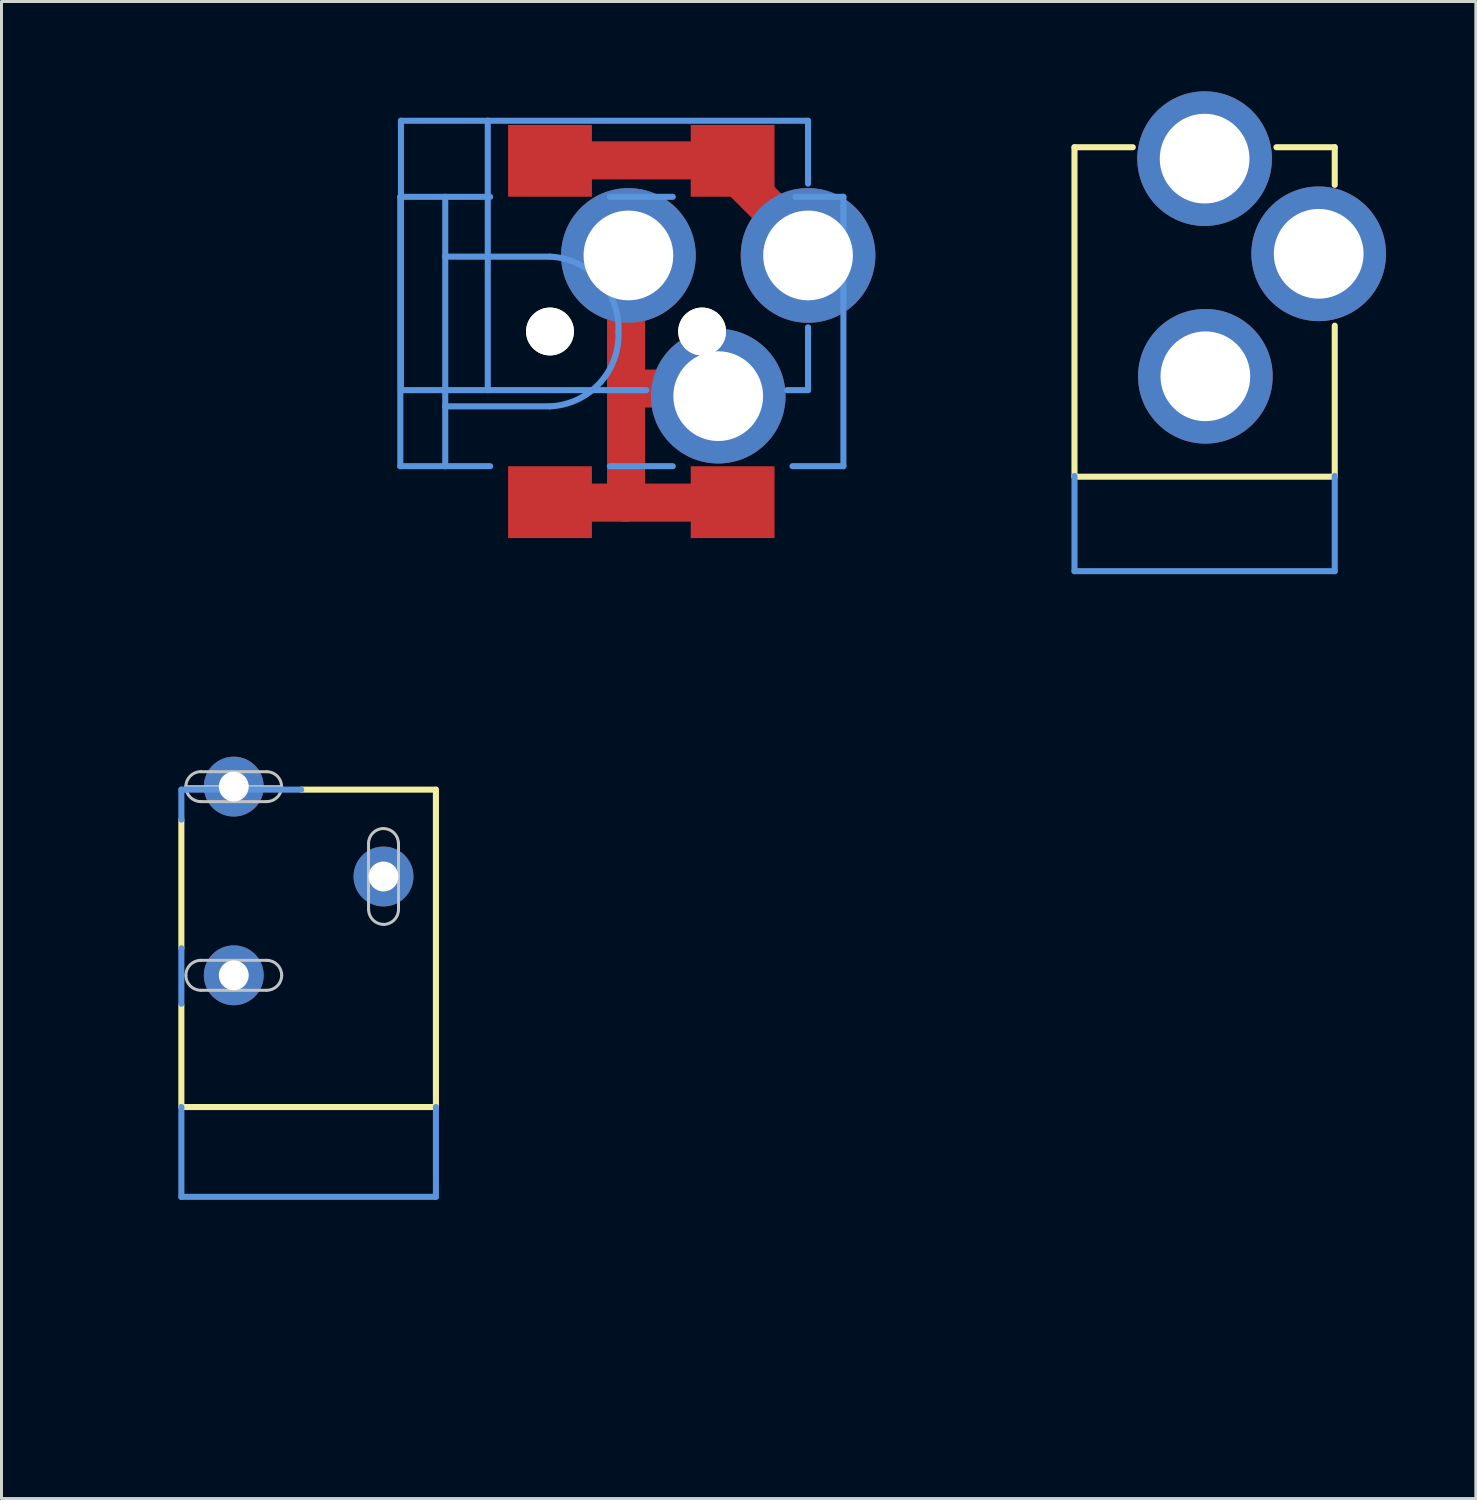
<source format=kicad_pcb>
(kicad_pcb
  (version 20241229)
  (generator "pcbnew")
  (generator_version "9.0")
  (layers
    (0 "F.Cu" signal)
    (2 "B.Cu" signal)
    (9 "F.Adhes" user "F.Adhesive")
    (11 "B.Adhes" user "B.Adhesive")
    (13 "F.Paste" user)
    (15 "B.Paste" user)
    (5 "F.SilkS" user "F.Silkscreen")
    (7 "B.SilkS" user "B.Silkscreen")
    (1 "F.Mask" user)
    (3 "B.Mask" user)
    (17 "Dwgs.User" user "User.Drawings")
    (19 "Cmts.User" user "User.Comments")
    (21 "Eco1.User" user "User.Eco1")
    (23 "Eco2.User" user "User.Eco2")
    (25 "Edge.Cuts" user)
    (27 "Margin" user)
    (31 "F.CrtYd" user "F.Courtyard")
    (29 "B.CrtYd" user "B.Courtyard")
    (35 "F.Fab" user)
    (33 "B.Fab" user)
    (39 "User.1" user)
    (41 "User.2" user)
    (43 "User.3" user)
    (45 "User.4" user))
  (footprint "POWER_JACK_COMBO"
    (layer "F.Cu")
    (at 15.318 8.021)
    (property "Reference" "POWER_JACK_COMBO" (at -1.524 -6.731 0) (layer "Eco1.User") (effects (font (size 1.778 1.778) (thickness 0.142))))
    (attr through_hole)
    (fp_line (start 0 -5.715) (end 6.35 -5.715) (stroke (width 1.27) (type solid)) (layer "F.Cu"))
    (fp_line (start 2.54 -2.54) (end 2.54 1.905) (stroke (width 1.27) (type solid)) (layer "F.Cu"))
    (fp_line (start 2.54 1.905) (end 2.54 5.715) (stroke (width 1.27) (type solid)) (layer "F.Cu"))
    (fp_line (start 2.54 5.715) (end 0 5.715) (stroke (width 1.27) (type solid)) (layer "F.Cu"))
    (fp_line (start 5.715 1.905) (end 2.54 1.905) (stroke (width 1.27) (type solid)) (layer "F.Cu"))
    (fp_line (start 6.35 -5.715) (end 6.35 -5.08) (stroke (width 1.27) (type solid)) (layer "F.Cu"))
    (fp_line (start 6.35 -5.08) (end 8.89 -2.54) (stroke (width 1.27) (type solid)) (layer "F.Cu"))
    (fp_line (start 6.35 5.715) (end 2.54 5.715) (stroke (width 1.27) (type solid)) (layer "F.Cu"))
    (fp_line (start -4.999 -4.498) (end -4.999 4.498) (stroke (width 0.203) (type solid)) (layer "Cmts.User"))
    (fp_line (start -4.999 -4.498) (end -3.498 -4.498) (stroke (width 0.203) (type solid)) (layer "Cmts.User"))
    (fp_line (start -4.978 1.958) (end -4.978 -7.038) (stroke (width 0.203) (type solid)) (layer "Cmts.User"))
    (fp_line (start -4.978 1.958) (end -2.078 1.958) (stroke (width 0.203) (type solid)) (layer "Cmts.User"))
    (fp_line (start -3.498 -4.498) (end -3.498 -2.499) (stroke (width 0.203) (type solid)) (layer "Cmts.User"))
    (fp_line (start -3.498 -4.498) (end -1.999 -4.498) (stroke (width 0.203) (type solid)) (layer "Cmts.User"))
    (fp_line (start -3.498 -2.499) (end -3.498 2.499) (stroke (width 0.203) (type solid)) (layer "Cmts.User"))
    (fp_line (start -3.498 -2.499) (end 0 -2.499) (stroke (width 0.203) (type solid)) (layer "Cmts.User"))
    (fp_line (start -3.498 2.499) (end -3.498 4.498) (stroke (width 0.203) (type solid)) (layer "Cmts.User"))
    (fp_line (start -3.498 4.498) (end -4.999 4.498) (stroke (width 0.203) (type solid)) (layer "Cmts.User"))
    (fp_line (start -2.078 -7.038) (end -4.978 -7.038) (stroke (width 0.203) (type solid)) (layer "Cmts.User"))
    (fp_line (start -2.078 -7.038) (end -2.078 1.958) (stroke (width 0.203) (type solid)) (layer "Cmts.User"))
    (fp_line (start -2.078 -7.038) (end 8.618 -7.038) (stroke (width 0.203) (type solid)) (layer "Cmts.User"))
    (fp_line (start -2.078 1.958) (end 3.218 1.958) (stroke (width 0.203) (type solid)) (layer "Cmts.User"))
    (fp_line (start -1.999 4.498) (end -3.498 4.498) (stroke (width 0.203) (type solid)) (layer "Cmts.User"))
    (fp_line (start 0 2.499) (end -3.498 2.499) (stroke (width 0.203) (type solid)) (layer "Cmts.User"))
    (fp_line (start 1.999 -4.498) (end 4.1 -4.498) (stroke (width 0.203) (type solid)) (layer "Cmts.User"))
    (fp_line (start 4.1 4.498) (end 1.999 4.498) (stroke (width 0.203) (type solid)) (layer "Cmts.User"))
    (fp_line (start 8.199 -4.498) (end 9.799 -4.498) (stroke (width 0.203) (type solid)) (layer "Cmts.User"))
    (fp_line (start 8.618 -7.038) (end 8.618 -4.938) (stroke (width 0.203) (type solid)) (layer "Cmts.User"))
    (fp_line (start 8.618 1.958) (end 7.92 1.958) (stroke (width 0.203) (type solid)) (layer "Cmts.User"))
    (fp_line (start 8.618 1.958) (end 8.618 -0.14) (stroke (width 0.203) (type solid)) (layer "Cmts.User"))
    (fp_line (start 9.799 -4.498) (end 9.799 4.498) (stroke (width 0.203) (type solid)) (layer "Cmts.User"))
    (fp_line (start 9.799 4.498) (end 8.098 4.498) (stroke (width 0.203) (type solid)) (layer "Cmts.User"))
    (fp_arc (start 0 -2.49936) (mid 1.660634 -1.723126) (end 2.286 0) (stroke (width 0.2032) (type solid)) (layer "Cmts.User"))
    (fp_arc (start 2.286 0) (mid 1.660634 1.723126) (end 0 2.49936) (stroke (width 0.2032) (type solid)) (layer "Cmts.User"))
    (pad "" np_thru_hole circle (at 0 0) (size 1.598 1.598) (drill 1.598) (layers "*.Cu" "*.Mask" "F.SilkS"))
    (pad "" np_thru_hole circle (at 5.08 0) (size 1.598 1.598) (drill 1.598) (layers "*.Cu" "*.Mask" "F.SilkS"))
    (pad "GND" thru_hole oval (at 5.618 2.159) (size 4.496 4.496) (drill 2.997) (layers "*.Cu" "*.Mask"))
    (pad "GND@" smd rect (at 0 5.7) (size 2.799 2.398) (layers "F.Cu" "F.Mask" "F.Paste"))
    (pad "GND@" thru_hole oval (at 2.619 -2.54 270) (size 4.496 4.496) (drill 2.997) (layers "*.Cu" "*.Mask"))
    (pad "GND@" smd rect (at 6.099 5.7) (size 2.799 2.398) (layers "F.Cu" "F.Mask" "F.Paste"))
    (pad "POWE" smd rect (at 0 -5.7) (size 2.799 2.398) (layers "F.Cu" "F.Mask" "F.Paste"))
    (pad "POWE" smd rect (at 6.099 -5.7) (size 2.799 2.398) (layers "F.Cu" "F.Mask" "F.Paste"))
    (pad "POWE" thru_hole oval (at 8.618 -2.54 270) (size 4.496 4.496) (drill 2.997) (layers "*.Cu" "*.Mask")))
  (footprint "POWER_JACK_SLOT"
    (layer "F.Cu")
    (at 2.179 37.02)
    (property "Reference" "POWER_JACK_SLOT" (at -0.889 -5.334 90) (layer "Eco1.User") (effects (font (size 1.778 1.778) (thickness 0.142))))
    (attr through_hole)
    (fp_line (start 0.828 -12.7) (end 0.828 -8.4) (stroke (width 0.203) (type solid)) (layer "F.SilkS"))
    (fp_line (start 0.828 -6.507) (end 0.828 -3.099) (stroke (width 0.203) (type solid)) (layer "F.SilkS"))
    (fp_line (start 0.828 -3.099) (end 9.329 -3.099) (stroke (width 0.203) (type solid)) (layer "F.SilkS"))
    (fp_line (start 9.329 -13.698) (end 4.829 -13.698) (stroke (width 0.203) (type solid)) (layer "F.SilkS"))
    (fp_line (start 9.329 -3.099) (end 9.279 -3.099) (stroke (width 0.203) (type solid)) (layer "F.SilkS"))
    (fp_line (start 9.329 -3.099) (end 9.329 -13.698) (stroke (width 0.203) (type solid)) (layer "F.SilkS"))
    (fp_line (start 0.978 -13.8) (end 4.178 -13.8) (stroke (width 0.1) (type solid)) (layer "Dwgs.User"))
    (fp_line (start 1.478 -14.298) (end 3.678 -14.298) (stroke (width 0.1) (type solid)) (layer "Dwgs.User"))
    (fp_line (start 1.478 -7.998) (end 3.678 -7.998) (stroke (width 0.1) (type solid)) (layer "Dwgs.User"))
    (fp_line (start 3.678 -13.299) (end 1.478 -13.299) (stroke (width 0.1) (type solid)) (layer "Dwgs.User"))
    (fp_line (start 3.678 -6.998) (end 1.478 -6.998) (stroke (width 0.1) (type solid)) (layer "Dwgs.User"))
    (fp_line (start 7.079 -9.698) (end 7.079 -11.9) (stroke (width 0.1) (type solid)) (layer "Dwgs.User"))
    (fp_line (start 8.08 -11.9) (end 8.08 -9.698) (stroke (width 0.1) (type solid)) (layer "Dwgs.User"))
    (fp_arc (start 0.9779 -13.79982) (mid 1.124458 -14.153642) (end 1.47828 -14.3002) (stroke (width 0.1) (type solid)) (layer "Dwgs.User"))
    (fp_arc (start 0.9779 -7.49808) (mid 1.124458 -7.851902) (end 1.47828 -7.99846) (stroke (width 0.1) (type solid)) (layer "Dwgs.User"))
    (fp_arc (start 1.47828 -13.29944) (mid 1.124458 -13.445998) (end 0.9779 -13.79982) (stroke (width 0.1) (type solid)) (layer "Dwgs.User"))
    (fp_arc (start 1.47828 -6.9977) (mid 1.124458 -7.144258) (end 0.9779 -7.49808) (stroke (width 0.1) (type solid)) (layer "Dwgs.User"))
    (fp_arc (start 3.67792 -14.29766) (mid 4.029946 -14.151846) (end 4.17576 -13.79982) (stroke (width 0.1) (type solid)) (layer "Dwgs.User"))
    (fp_arc (start 3.67792 -7.99846) (mid 4.031742 -7.851902) (end 4.1783 -7.49808) (stroke (width 0.1) (type solid)) (layer "Dwgs.User"))
    (fp_arc (start 4.1783 -13.79982) (mid 4.031742 -13.445998) (end 3.67792 -13.29944) (stroke (width 0.1) (type solid)) (layer "Dwgs.User"))
    (fp_arc (start 4.1783 -7.49808) (mid 4.031742 -7.144258) (end 3.67792 -6.9977) (stroke (width 0.1) (type solid)) (layer "Dwgs.User"))
    (fp_arc (start 7.07898 -11.8999) (mid 7.225538 -12.253722) (end 7.57936 -12.40028) (stroke (width 0.1) (type solid)) (layer "Dwgs.User"))
    (fp_arc (start 7.57936 -12.39774) (mid 7.931386 -12.251926) (end 8.0772 -11.8999) (stroke (width 0.1) (type solid)) (layer "Dwgs.User"))
    (fp_arc (start 7.57936 -9.19988) (mid 7.227334 -9.345694) (end 7.08152 -9.69772) (stroke (width 0.1) (type solid)) (layer "Dwgs.User"))
    (fp_arc (start 8.07974 -9.69772) (mid 7.933182 -9.343898) (end 7.57936 -9.19734) (stroke (width 0.1) (type solid)) (layer "Dwgs.User"))
    (fp_line (start 0.828 -13.698) (end 0.828 -12.7) (stroke (width 0.203) (type solid)) (layer "Cmts.User"))
    (fp_line (start 0.828 -8.4) (end 0.828 -6.548) (stroke (width 0.203) (type solid)) (layer "Cmts.User"))
    (fp_line (start 0.828 -3.099) (end 0.828 -0.099) (stroke (width 0.203) (type solid)) (layer "Cmts.User"))
    (fp_line (start 4.829 -13.698) (end 0.828 -13.698) (stroke (width 0.203) (type solid)) (layer "Cmts.User"))
    (fp_line (start 9.329 -0.099) (end 0.828 -0.099) (stroke (width 0.203) (type solid)) (layer "Cmts.User"))
    (fp_line (start 9.329 -0.099) (end 9.329 -3.099) (stroke (width 0.203) (type solid)) (layer "Cmts.User"))
    (pad "GND@" thru_hole oval (at 2.578 -7.498) (size 1.999 1.999) (drill 0.998) (layers "*.Cu" "*.Mask"))
    (pad "GND@" thru_hole oval (at 7.579 -10.798 90) (size 1.999 1.999) (drill 0.998) (layers "*.Cu" "*.Mask"))
    (pad "PWR" thru_hole oval (at 2.578 -13.8) (size 1.999 1.999) (drill 0.998) (layers "*.Cu" "*.Mask")))
  (footprint "POWER_JACK_PTH_LOCK"
    (layer "F.Cu")
    (at 37.18 16.124)
    (property "Reference" "POWER_JACK_PTH_LOCK" (at -2.997 -4.877 0) (layer "Eco1.User") (effects (font (size 0.406 0.406) (thickness 0.03))))
    (attr through_hole)
    (fp_line (start -4.346 -14.257) (end -2.398 -14.257) (stroke (width 0.203) (type solid)) (layer "F.SilkS"))
    (fp_line (start -4.346 -3.254) (end -4.346 -14.257) (stroke (width 0.203) (type solid)) (layer "F.SilkS"))
    (fp_line (start -4.346 -3.254) (end 4.346 -3.254) (stroke (width 0.203) (type solid)) (layer "F.SilkS"))
    (fp_line (start 4.346 -14.257) (end 2.398 -14.257) (stroke (width 0.203) (type solid)) (layer "F.SilkS"))
    (fp_line (start 4.346 -14.257) (end 4.346 -13) (stroke (width 0.203) (type solid)) (layer "F.SilkS"))
    (fp_line (start 4.346 -3.254) (end 4.346 -8.298) (stroke (width 0.203) (type solid)) (layer "F.SilkS"))
    (fp_line (start -4.346 -3.279) (end -4.346 -0.099) (stroke (width 0.203) (type solid)) (layer "Cmts.User"))
    (fp_line (start 4.346 -0.099) (end -4.346 -0.099) (stroke (width 0.203) (type solid)) (layer "Cmts.User"))
    (fp_line (start 4.346 -0.099) (end 4.346 -3.279) (stroke (width 0.203) (type solid)) (layer "Cmts.User"))
    (pad "GND" thru_hole oval (at 0.025 -6.607) (size 4.496 4.496) (drill 2.997) (layers "*.Cu" "*.Mask"))
    (pad "GNDB" thru_hole oval (at 3.81 -10.698 90) (size 4.496 4.496) (drill 2.997) (layers "*.Cu" "*.Mask"))
    (pad "PWR" thru_hole oval (at 0 -13.876) (size 4.496 4.496) (drill 2.997) (layers "*.Cu" "*.Mask")))
  (gr_rect
    (start -3 -3)
    (end 46.238 46.998)
    (stroke (width 0.1) (type default))
    (fill no)
    (layer "Edge.Cuts")))
</source>
